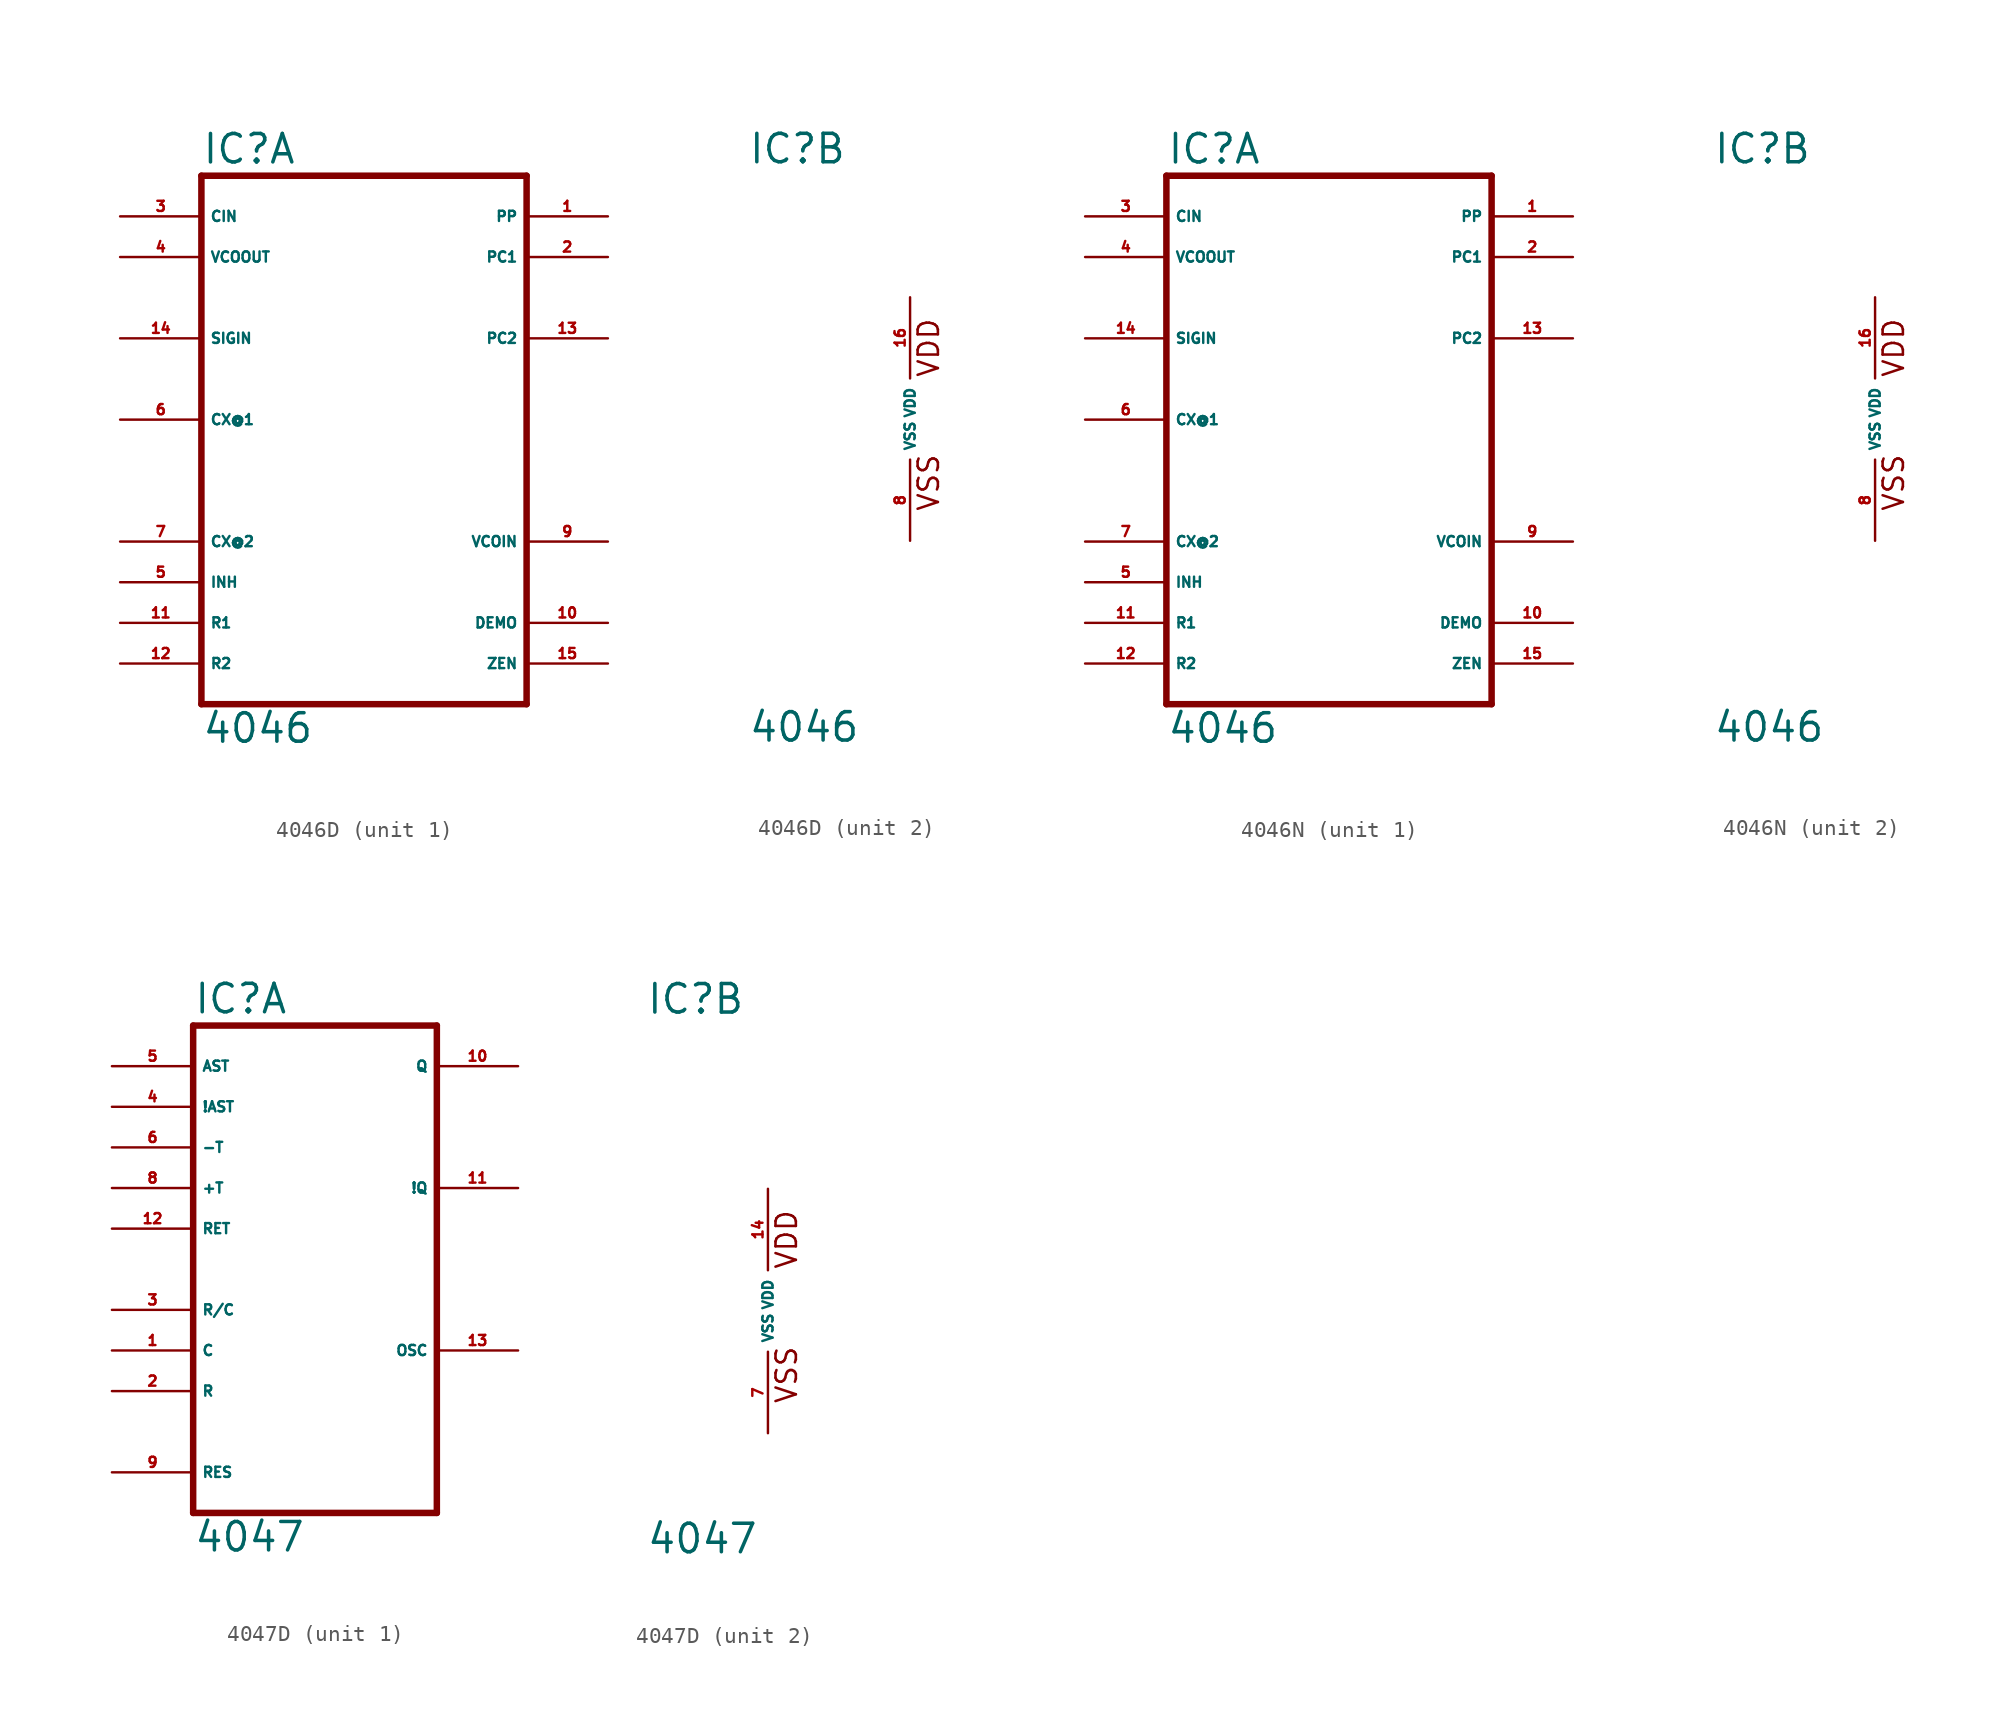
<source format=kicad_sym>
(kicad_symbol_lib
  (version 20220914)
  (generator Eagle2Kicad)
  (symbol "4046D"
    (property "Reference" "IC"
      (at -10.16 15.875 0)
      (effects (font (size 1.778 1.778) (thickness 0.22)) (justify left bottom)))
    (property "Value" "4046"
      (at -10.16 -20.32 0)
      (effects (font (size 1.778 1.778) (thickness 0.22)) (justify left bottom)))
    (symbol "4046D_1_0"
      (polyline (pts (xy -10.16 -17.78) (xy 10.16 -17.78)) (stroke (width 0.406) (type default)) (fill (type none)))
      (polyline (pts (xy 10.16 -17.78) (xy 10.16 15.24)) (stroke (width 0.406) (type default)) (fill (type none)))
      (polyline (pts (xy 10.16 15.24) (xy -10.16 15.24)) (stroke (width 0.406) (type default)) (fill (type none)))
      (polyline (pts (xy -10.16 15.24) (xy -10.16 -17.78)) (stroke (width 0.406) (type default)) (fill (type none)))
      (pin output line (at 15.24 12.7 180) (length 5.08) (name "PP" (effects (font (size 0.635 0.635) (thickness 0.08)) (justify left bottom))) (number "1" (effects (font (size 0.635 0.635) (thickness 0.08)) (justify left bottom))))
      (pin output line (at 15.24 10.16 180) (length 5.08) (name "PC1" (effects (font (size 0.635 0.635) (thickness 0.08)) (justify left bottom))) (number "2" (effects (font (size 0.635 0.635) (thickness 0.08)) (justify left bottom))))
      (pin input line (at -15.24 12.7 0) (length 5.08) (name "CIN" (effects (font (size 0.635 0.635) (thickness 0.08)) (justify left bottom))) (number "3" (effects (font (size 0.635 0.635) (thickness 0.08)) (justify left bottom))))
      (pin output line (at -15.24 10.16 0) (length 5.08) (name "VCOOUT" (effects (font (size 0.635 0.635) (thickness 0.08)) (justify left bottom))) (number "4" (effects (font (size 0.635 0.635) (thickness 0.08)) (justify left bottom))))
      (pin input line (at -15.24 -10.16 0) (length 5.08) (name "INH" (effects (font (size 0.635 0.635) (thickness 0.08)) (justify left bottom))) (number "5" (effects (font (size 0.635 0.635) (thickness 0.08)) (justify left bottom))))
      (pin input line (at -15.24 0 0) (length 5.08) (name "CX@1" (effects (font (size 0.635 0.635) (thickness 0.08)) (justify left bottom))) (number "6" (effects (font (size 0.635 0.635) (thickness 0.08)) (justify left bottom))))
      (pin input line (at -15.24 -7.62 0) (length 5.08) (name "CX@2" (effects (font (size 0.635 0.635) (thickness 0.08)) (justify left bottom))) (number "7" (effects (font (size 0.635 0.635) (thickness 0.08)) (justify left bottom))))
      (pin input line (at 15.24 -7.62 180) (length 5.08) (name "VCOIN" (effects (font (size 0.635 0.635) (thickness 0.08)) (justify left bottom))) (number "9" (effects (font (size 0.635 0.635) (thickness 0.08)) (justify left bottom))))
      (pin output line (at 15.24 -12.7 180) (length 5.08) (name "DEMO" (effects (font (size 0.635 0.635) (thickness 0.08)) (justify left bottom))) (number "10" (effects (font (size 0.635 0.635) (thickness 0.08)) (justify left bottom))))
      (pin input line (at -15.24 -12.7 0) (length 5.08) (name "R1" (effects (font (size 0.635 0.635) (thickness 0.08)) (justify left bottom))) (number "11" (effects (font (size 0.635 0.635) (thickness 0.08)) (justify left bottom))))
      (pin input line (at -15.24 -15.24 0) (length 5.08) (name "R2" (effects (font (size 0.635 0.635) (thickness 0.08)) (justify left bottom))) (number "12" (effects (font (size 0.635 0.635) (thickness 0.08)) (justify left bottom))))
      (pin output line (at 15.24 5.08 180) (length 5.08) (name "PC2" (effects (font (size 0.635 0.635) (thickness 0.08)) (justify left bottom))) (number "13" (effects (font (size 0.635 0.635) (thickness 0.08)) (justify left bottom))))
      (pin input line (at -15.24 5.08 0) (length 5.08) (name "SIGIN" (effects (font (size 0.635 0.635) (thickness 0.08)) (justify left bottom))) (number "14" (effects (font (size 0.635 0.635) (thickness 0.08)) (justify left bottom))))
      (pin input line (at 15.24 -15.24 180) (length 5.08) (name "ZEN" (effects (font (size 0.635 0.635) (thickness 0.08)) (justify left bottom))) (number "15" (effects (font (size 0.635 0.635) (thickness 0.08)) (justify left bottom)))))
    (symbol "4046D_2_0"
      (text "VDD" (at 1.905 2.54 900) (effects (font (size 1.27 1.27) (thickness 0.16)) (justify left bottom)))
      (text "VSS" (at 1.905 -5.842 900) (effects (font (size 1.27 1.27) (thickness 0.16)) (justify left bottom)))
      (pin unspecified line (at 0 -7.62 90) (length 5.08) (name "VSS" (effects (font (size 0.635 0.635) (thickness 0.08)) (justify left bottom))) (number "8" (effects (font (size 0.635 0.635) (thickness 0.08)) (justify left bottom))))
      (pin unspecified line (at 0 7.62 270) (length 5.08) (name "VDD" (effects (font (size 0.635 0.635) (thickness 0.08)) (justify left bottom))) (number "16" (effects (font (size 0.635 0.635) (thickness 0.08)) (justify left bottom))))))
  (symbol "4046N"
    (property "Reference" "IC"
      (at -10.16 15.875 0)
      (effects (font (size 1.778 1.778) (thickness 0.22)) (justify left bottom)))
    (property "Value" "4046"
      (at -10.16 -20.32 0)
      (effects (font (size 1.778 1.778) (thickness 0.22)) (justify left bottom)))
    (symbol "4046N_1_0"
      (polyline (pts (xy -10.16 -17.78) (xy 10.16 -17.78)) (stroke (width 0.406) (type default)) (fill (type none)))
      (polyline (pts (xy 10.16 -17.78) (xy 10.16 15.24)) (stroke (width 0.406) (type default)) (fill (type none)))
      (polyline (pts (xy 10.16 15.24) (xy -10.16 15.24)) (stroke (width 0.406) (type default)) (fill (type none)))
      (polyline (pts (xy -10.16 15.24) (xy -10.16 -17.78)) (stroke (width 0.406) (type default)) (fill (type none)))
      (pin output line (at 15.24 12.7 180) (length 5.08) (name "PP" (effects (font (size 0.635 0.635) (thickness 0.08)) (justify left bottom))) (number "1" (effects (font (size 0.635 0.635) (thickness 0.08)) (justify left bottom))))
      (pin output line (at 15.24 10.16 180) (length 5.08) (name "PC1" (effects (font (size 0.635 0.635) (thickness 0.08)) (justify left bottom))) (number "2" (effects (font (size 0.635 0.635) (thickness 0.08)) (justify left bottom))))
      (pin input line (at -15.24 12.7 0) (length 5.08) (name "CIN" (effects (font (size 0.635 0.635) (thickness 0.08)) (justify left bottom))) (number "3" (effects (font (size 0.635 0.635) (thickness 0.08)) (justify left bottom))))
      (pin output line (at -15.24 10.16 0) (length 5.08) (name "VCOOUT" (effects (font (size 0.635 0.635) (thickness 0.08)) (justify left bottom))) (number "4" (effects (font (size 0.635 0.635) (thickness 0.08)) (justify left bottom))))
      (pin input line (at -15.24 -10.16 0) (length 5.08) (name "INH" (effects (font (size 0.635 0.635) (thickness 0.08)) (justify left bottom))) (number "5" (effects (font (size 0.635 0.635) (thickness 0.08)) (justify left bottom))))
      (pin input line (at -15.24 0 0) (length 5.08) (name "CX@1" (effects (font (size 0.635 0.635) (thickness 0.08)) (justify left bottom))) (number "6" (effects (font (size 0.635 0.635) (thickness 0.08)) (justify left bottom))))
      (pin input line (at -15.24 -7.62 0) (length 5.08) (name "CX@2" (effects (font (size 0.635 0.635) (thickness 0.08)) (justify left bottom))) (number "7" (effects (font (size 0.635 0.635) (thickness 0.08)) (justify left bottom))))
      (pin input line (at 15.24 -7.62 180) (length 5.08) (name "VCOIN" (effects (font (size 0.635 0.635) (thickness 0.08)) (justify left bottom))) (number "9" (effects (font (size 0.635 0.635) (thickness 0.08)) (justify left bottom))))
      (pin output line (at 15.24 -12.7 180) (length 5.08) (name "DEMO" (effects (font (size 0.635 0.635) (thickness 0.08)) (justify left bottom))) (number "10" (effects (font (size 0.635 0.635) (thickness 0.08)) (justify left bottom))))
      (pin input line (at -15.24 -12.7 0) (length 5.08) (name "R1" (effects (font (size 0.635 0.635) (thickness 0.08)) (justify left bottom))) (number "11" (effects (font (size 0.635 0.635) (thickness 0.08)) (justify left bottom))))
      (pin input line (at -15.24 -15.24 0) (length 5.08) (name "R2" (effects (font (size 0.635 0.635) (thickness 0.08)) (justify left bottom))) (number "12" (effects (font (size 0.635 0.635) (thickness 0.08)) (justify left bottom))))
      (pin output line (at 15.24 5.08 180) (length 5.08) (name "PC2" (effects (font (size 0.635 0.635) (thickness 0.08)) (justify left bottom))) (number "13" (effects (font (size 0.635 0.635) (thickness 0.08)) (justify left bottom))))
      (pin input line (at -15.24 5.08 0) (length 5.08) (name "SIGIN" (effects (font (size 0.635 0.635) (thickness 0.08)) (justify left bottom))) (number "14" (effects (font (size 0.635 0.635) (thickness 0.08)) (justify left bottom))))
      (pin input line (at 15.24 -15.24 180) (length 5.08) (name "ZEN" (effects (font (size 0.635 0.635) (thickness 0.08)) (justify left bottom))) (number "15" (effects (font (size 0.635 0.635) (thickness 0.08)) (justify left bottom)))))
    (symbol "4046N_2_0"
      (text "VDD" (at 1.905 2.54 900) (effects (font (size 1.27 1.27) (thickness 0.16)) (justify left bottom)))
      (text "VSS" (at 1.905 -5.842 900) (effects (font (size 1.27 1.27) (thickness 0.16)) (justify left bottom)))
      (pin unspecified line (at 0 -7.62 90) (length 5.08) (name "VSS" (effects (font (size 0.635 0.635) (thickness 0.08)) (justify left bottom))) (number "8" (effects (font (size 0.635 0.635) (thickness 0.08)) (justify left bottom))))
      (pin unspecified line (at 0 7.62 270) (length 5.08) (name "VDD" (effects (font (size 0.635 0.635) (thickness 0.08)) (justify left bottom))) (number "16" (effects (font (size 0.635 0.635) (thickness 0.08)) (justify left bottom))))))
  (symbol "4047D"
    (property "Reference" "IC"
      (at -7.62 18.415 0)
      (effects (font (size 1.778 1.778) (thickness 0.22)) (justify left bottom)))
    (property "Value" "4047"
      (at -7.62 -15.24 0)
      (effects (font (size 1.778 1.778) (thickness 0.22)) (justify left bottom)))
    (symbol "4047D_1_0"
      (polyline (pts (xy -7.62 -12.7) (xy 7.62 -12.7)) (stroke (width 0.406) (type default)) (fill (type none)))
      (polyline (pts (xy 7.62 -12.7) (xy 7.62 17.78)) (stroke (width 0.406) (type default)) (fill (type none)))
      (polyline (pts (xy 7.62 17.78) (xy -7.62 17.78)) (stroke (width 0.406) (type default)) (fill (type none)))
      (polyline (pts (xy -7.62 17.78) (xy -7.62 -12.7)) (stroke (width 0.406) (type default)) (fill (type none)))
      (pin input line (at -12.7 -2.54 0) (length 5.08) (name "C" (effects (font (size 0.635 0.635) (thickness 0.08)) (justify left bottom))) (number "1" (effects (font (size 0.635 0.635) (thickness 0.08)) (justify left bottom))))
      (pin input line (at -12.7 -5.08 0) (length 5.08) (name "R" (effects (font (size 0.635 0.635) (thickness 0.08)) (justify left bottom))) (number "2" (effects (font (size 0.635 0.635) (thickness 0.08)) (justify left bottom))))
      (pin input line (at -12.7 0 0) (length 5.08) (name "R/C" (effects (font (size 0.635 0.635) (thickness 0.08)) (justify left bottom))) (number "3" (effects (font (size 0.635 0.635) (thickness 0.08)) (justify left bottom))))
      (pin input line (at -12.7 12.7 0) (length 5.08) (name "!AST" (effects (font (size 0.635 0.635) (thickness 0.08)) (justify left bottom))) (number "4" (effects (font (size 0.635 0.635) (thickness 0.08)) (justify left bottom))))
      (pin input line (at -12.7 15.24 0) (length 5.08) (name "AST" (effects (font (size 0.635 0.635) (thickness 0.08)) (justify left bottom))) (number "5" (effects (font (size 0.635 0.635) (thickness 0.08)) (justify left bottom))))
      (pin input line (at -12.7 10.16 0) (length 5.08) (name "-T" (effects (font (size 0.635 0.635) (thickness 0.08)) (justify left bottom))) (number "6" (effects (font (size 0.635 0.635) (thickness 0.08)) (justify left bottom))))
      (pin input line (at -12.7 7.62 0) (length 5.08) (name "+T" (effects (font (size 0.635 0.635) (thickness 0.08)) (justify left bottom))) (number "8" (effects (font (size 0.635 0.635) (thickness 0.08)) (justify left bottom))))
      (pin input line (at -12.7 -10.16 0) (length 5.08) (name "RES" (effects (font (size 0.635 0.635) (thickness 0.08)) (justify left bottom))) (number "9" (effects (font (size 0.635 0.635) (thickness 0.08)) (justify left bottom))))
      (pin output line (at 12.7 15.24 180) (length 5.08) (name "Q" (effects (font (size 0.635 0.635) (thickness 0.08)) (justify left bottom))) (number "10" (effects (font (size 0.635 0.635) (thickness 0.08)) (justify left bottom))))
      (pin output line (at 12.7 7.62 180) (length 5.08) (name "!Q" (effects (font (size 0.635 0.635) (thickness 0.08)) (justify left bottom))) (number "11" (effects (font (size 0.635 0.635) (thickness 0.08)) (justify left bottom))))
      (pin input line (at -12.7 5.08 0) (length 5.08) (name "RET" (effects (font (size 0.635 0.635) (thickness 0.08)) (justify left bottom))) (number "12" (effects (font (size 0.635 0.635) (thickness 0.08)) (justify left bottom))))
      (pin output line (at 12.7 -2.54 180) (length 5.08) (name "OSC" (effects (font (size 0.635 0.635) (thickness 0.08)) (justify left bottom))) (number "13" (effects (font (size 0.635 0.635) (thickness 0.08)) (justify left bottom)))))
    (symbol "4047D_2_0"
      (text "VDD" (at 1.905 2.54 900) (effects (font (size 1.27 1.27) (thickness 0.16)) (justify left bottom)))
      (text "VSS" (at 1.905 -5.842 900) (effects (font (size 1.27 1.27) (thickness 0.16)) (justify left bottom)))
      (pin unspecified line (at 0 -7.62 90) (length 5.08) (name "VSS" (effects (font (size 0.635 0.635) (thickness 0.08)) (justify left bottom))) (number "7" (effects (font (size 0.635 0.635) (thickness 0.08)) (justify left bottom))))
      (pin unspecified line (at 0 7.62 270) (length 5.08) (name "VDD" (effects (font (size 0.635 0.635) (thickness 0.08)) (justify left bottom))) (number "14" (effects (font (size 0.635 0.635) (thickness 0.08)) (justify left bottom)))))))
</source>
